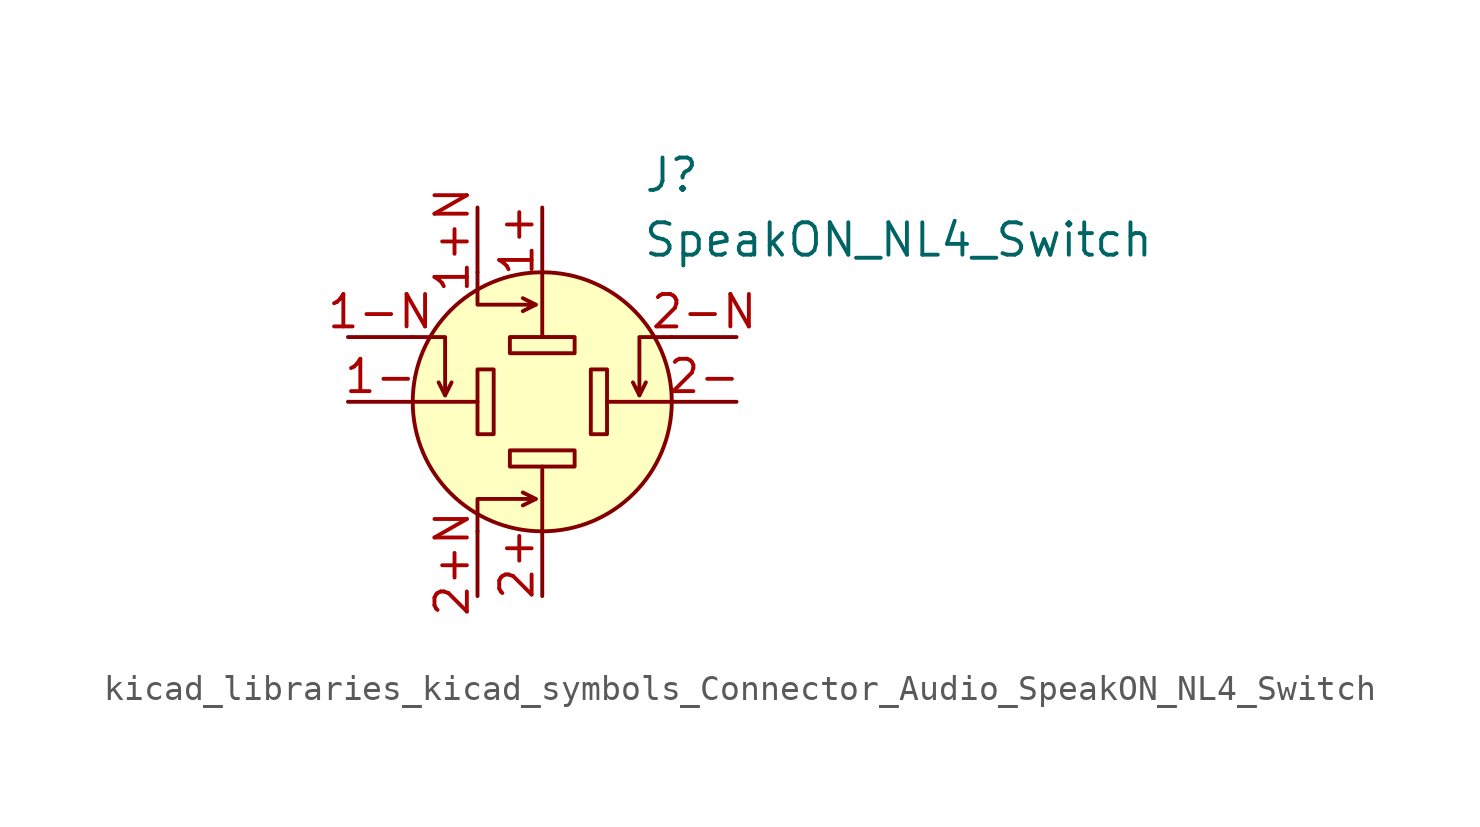
<source format=kicad_sym>
(kicad_symbol_lib
  (version 20220914)
  (generator kicad_symbol_editor)
  (symbol "kicad_libraries_kicad_symbols_Connector_Audio_SpeakON_NL4_Switch"
    (pin_names hide)
    (property "Reference" "J"
      (at 5.08 8.89 0)
      (effects (font (size 1.27 1.27))))
    (property "Value" "SpeakON_NL4_Switch"
      (at 13.97 6.35 0)
      (effects (font (size 1.27 1.27))))
    (symbol "kicad_libraries_kicad_symbols_Connector_Audio_SpeakON_NL4_Switch_0_1"
      (rectangle (start -2.54 1.27) (end -1.905 -1.27) (stroke (width 0) (type default)) (fill (type none)))
      (rectangle (start -1.27 -2.54) (end 1.27 -1.905) (stroke (width 0) (type default)) (fill (type none)))
      (rectangle (start -1.27 2.54) (end 1.27 1.905) (stroke (width 0) (type default)) (fill (type none)))
      (polyline (pts (xy -5.08 0) (xy -2.54 0)) (stroke (width 0) (type default)) (fill (type none)))
      (polyline (pts (xy 0 -5.08) (xy 0 -2.54)) (stroke (width 0) (type default)) (fill (type none)))
      (polyline (pts (xy 0 5.08) (xy 0 2.54)) (stroke (width 0) (type default)) (fill (type none)))
      (polyline (pts (xy 5.08 0) (xy 2.54 0)) (stroke (width 0) (type default)) (fill (type none)))
      (circle (center 0 0) (radius 5.08) (stroke (width 0) (type default)) (fill (type background)))
      (rectangle (start 2.54 1.27) (end 1.905 -1.27) (stroke (width 0) (type default)) (fill (type none)))
      (pin passive line (at -7.62 0 0) (length 2.54) (name "1-" (effects (font (size 1.27 1.27)))) (number "1-" (effects (font (size 1.27 1.27)))))
      (pin passive line (at -7.62 2.54 0) (length 2.54) (name "1-N" (effects (font (size 1.27 1.27)))) (number "1-N" (effects (font (size 1.27 1.27)))))
      (pin passive line (at 0 -7.62 90) (length 2.54) (name "2+" (effects (font (size 1.27 1.27)))) (number "2+" (effects (font (size 1.27 1.27)))))
      (pin passive line (at -2.54 -7.62 90) (length 2.54) (name "2+N" (effects (font (size 1.27 1.27)))) (number "2+N" (effects (font (size 1.27 1.27)))))
      (pin passive line (at 7.62 0 180) (length 2.54) (name "2-" (effects (font (size 1.27 1.27)))) (number "2-" (effects (font (size 1.27 1.27))))))
    (symbol "kicad_libraries_kicad_symbols_Connector_Audio_SpeakON_NL4_Switch_1_1"
      (polyline (pts (xy -3.81 0.254) (xy -4.064 0.762)) (stroke (width 0) (type default)) (fill (type none)))
      (polyline (pts (xy -0.254 -3.81) (xy -0.762 -4.064)) (stroke (width 0) (type default)) (fill (type none)))
      (polyline (pts (xy -0.254 3.81) (xy -0.762 4.064)) (stroke (width 0) (type default)) (fill (type none)))
      (polyline (pts (xy 3.81 0.254) (xy 4.064 0.762)) (stroke (width 0) (type default)) (fill (type none)))
      (polyline (pts (xy -5.08 2.54) (xy -3.81 2.54) (xy -3.81 0.254) (xy -3.556 0.762)) (stroke (width 0) (type default)) (fill (type none)))
      (polyline (pts (xy -2.54 -5.08) (xy -2.54 -3.81) (xy -0.254 -3.81) (xy -0.762 -3.556)) (stroke (width 0) (type default)) (fill (type none)))
      (polyline (pts (xy -2.54 5.08) (xy -2.54 3.81) (xy -0.254 3.81) (xy -0.762 3.556)) (stroke (width 0) (type default)) (fill (type none)))
      (polyline (pts (xy 5.08 2.54) (xy 3.81 2.54) (xy 3.81 0.254) (xy 3.556 0.762)) (stroke (width 0) (type default)) (fill (type none)))
      (pin passive line (at 0 7.62 270) (length 2.54) (name "1+" (effects (font (size 1.27 1.27)))) (number "1+" (effects (font (size 1.27 1.27)))))
      (pin passive line (at -2.54 7.62 270) (length 2.54) (name "1+N" (effects (font (size 1.27 1.27)))) (number "1+N" (effects (font (size 1.27 1.27)))))
      (pin passive line (at 7.62 2.54 180) (length 2.54) (name "2-N" (effects (font (size 1.27 1.27)))) (number "2-N" (effects (font (size 1.27 1.27))))))))
</source>
